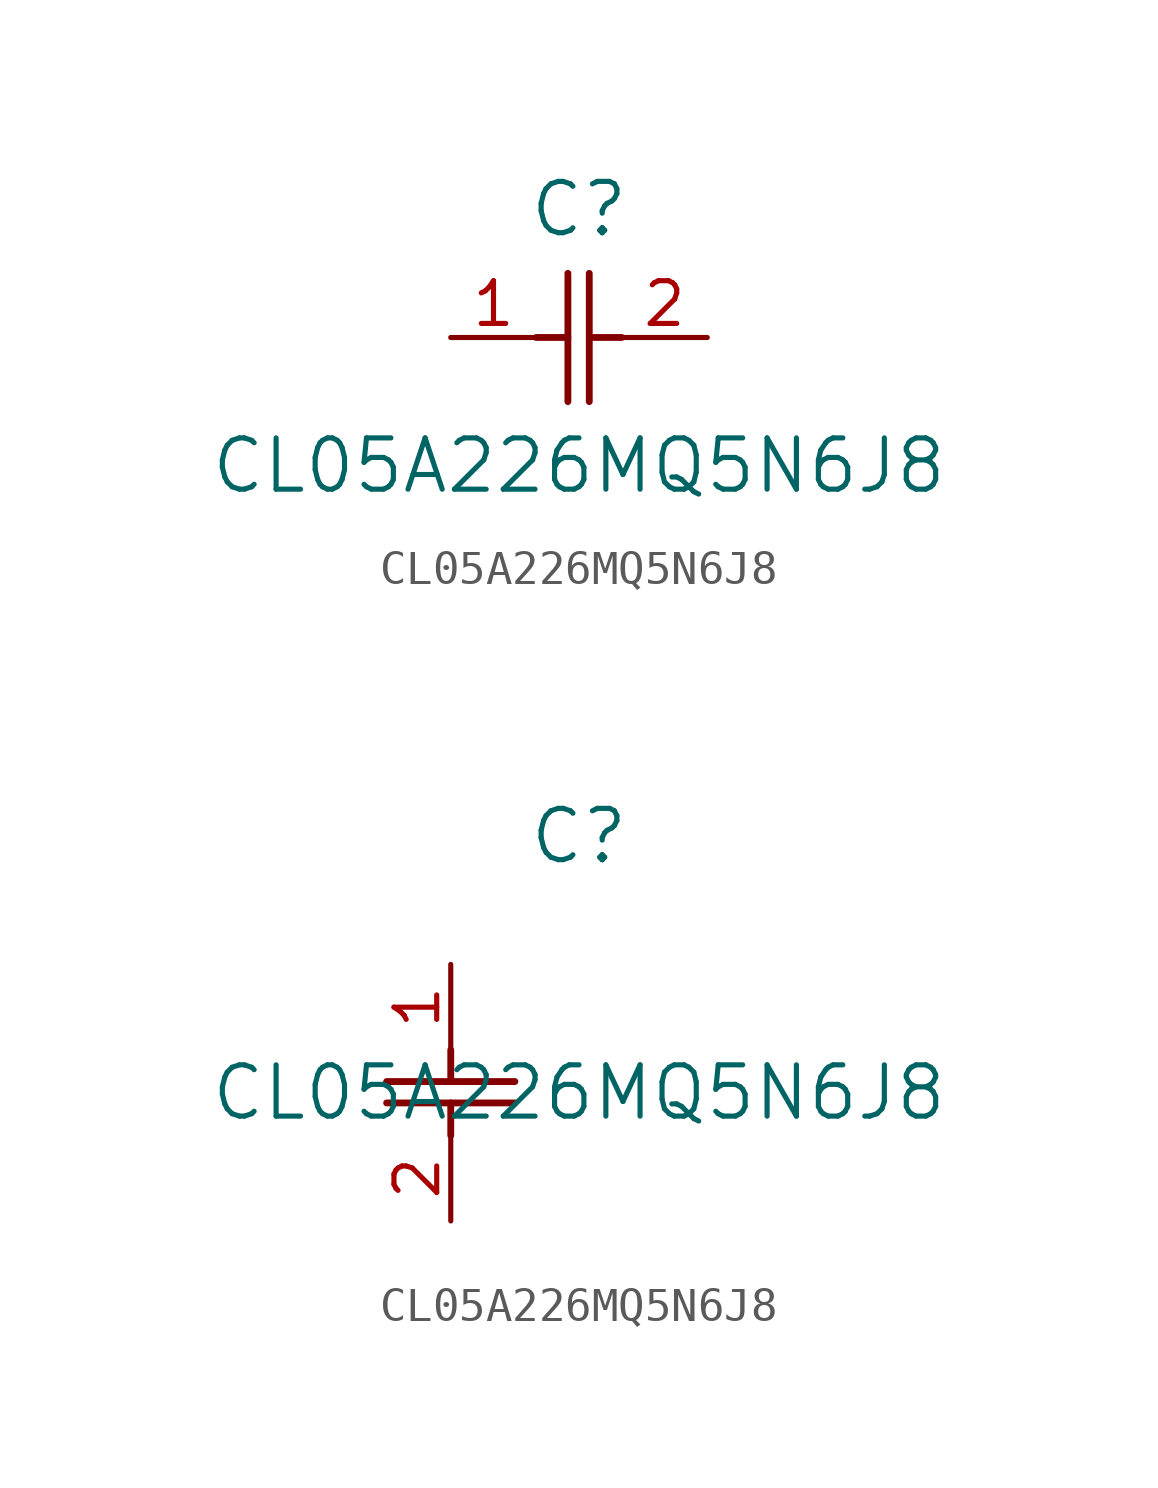
<source format=kicad_sym>
(kicad_symbol_lib
  (version 20211014)
  (generator kicad_symbol_editor)
  (symbol "CL05A226MQ5N6J8"
    (pin_names
      (offset 0.254))
    (property "Reference" "C"
      (at 3.81 3.81 0)
      (effects (font (size 1.524 1.524))))
    (property "Value" "CL05A226MQ5N6J8"
      (at 3.81 -3.81 0)
      (effects (font (size 1.524 1.524))))
    (symbol "CL05A226MQ5N6J8_1_1"
      (polyline (pts (xy 3.48 -1.905) (xy 3.48 1.905)) (stroke (width 0.203) (type default) (color 0 0 0 0)) (fill (type none)))
      (polyline (pts (xy 4.115 -1.905) (xy 4.115 1.905)) (stroke (width 0.203) (type default) (color 0 0 0 0)) (fill (type none)))
      (polyline (pts (xy 4.115 0) (xy 5.08 0)) (stroke (width 0.203) (type default) (color 0 0 0 0)) (fill (type none)))
      (polyline (pts (xy 2.54 0) (xy 3.48 0)) (stroke (width 0.203) (type default) (color 0 0 0 0)) (fill (type none)))
      (pin unspecified line (at 0 0 0) (length 2.54) (name "" (effects (font (size 1.27 1.27)))) (number "1" (effects (font (size 1.27 1.27)))))
      (pin unspecified line (at 7.62 0 180) (length 2.54) (name "" (effects (font (size 1.27 1.27)))) (number "2" (effects (font (size 1.27 1.27))))))
    (symbol "CL05A226MQ5N6J8_1_2"
      (polyline (pts (xy -1.905 -3.48) (xy 1.905 -3.48)) (stroke (width 0.203) (type default) (color 0 0 0 0)) (fill (type none)))
      (polyline (pts (xy -1.905 -4.115) (xy 1.905 -4.115)) (stroke (width 0.203) (type default) (color 0 0 0 0)) (fill (type none)))
      (polyline (pts (xy 0 -4.115) (xy 0 -5.08)) (stroke (width 0.203) (type default) (color 0 0 0 0)) (fill (type none)))
      (polyline (pts (xy 0 -2.54) (xy 0 -3.48)) (stroke (width 0.203) (type default) (color 0 0 0 0)) (fill (type none)))
      (pin unspecified line (at 0 0 270) (length 2.54) (name "" (effects (font (size 1.27 1.27)))) (number "1" (effects (font (size 1.27 1.27)))))
      (pin unspecified line (at 0 -7.62 90) (length 2.54) (name "" (effects (font (size 1.27 1.27)))) (number "2" (effects (font (size 1.27 1.27))))))))
</source>
